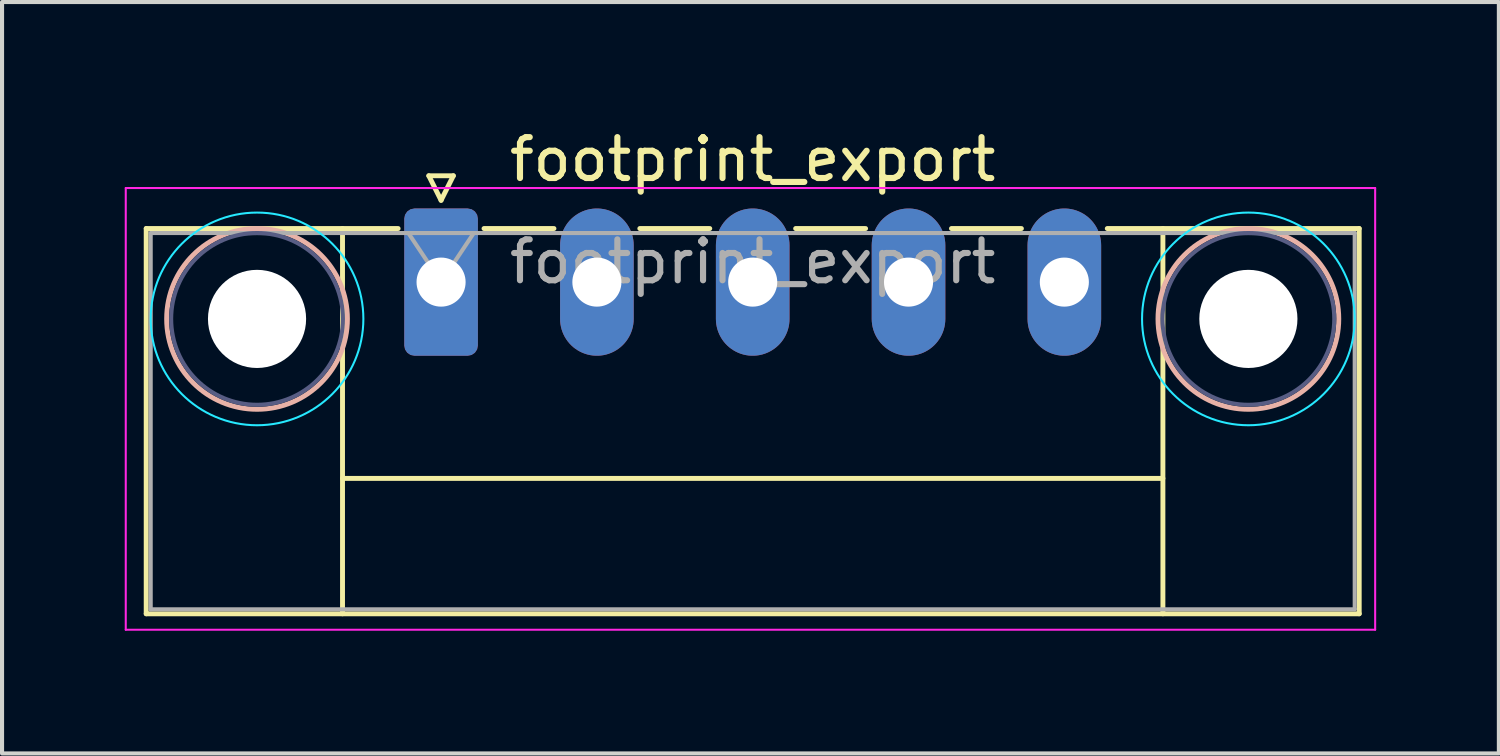
<source format=kicad_pcb>
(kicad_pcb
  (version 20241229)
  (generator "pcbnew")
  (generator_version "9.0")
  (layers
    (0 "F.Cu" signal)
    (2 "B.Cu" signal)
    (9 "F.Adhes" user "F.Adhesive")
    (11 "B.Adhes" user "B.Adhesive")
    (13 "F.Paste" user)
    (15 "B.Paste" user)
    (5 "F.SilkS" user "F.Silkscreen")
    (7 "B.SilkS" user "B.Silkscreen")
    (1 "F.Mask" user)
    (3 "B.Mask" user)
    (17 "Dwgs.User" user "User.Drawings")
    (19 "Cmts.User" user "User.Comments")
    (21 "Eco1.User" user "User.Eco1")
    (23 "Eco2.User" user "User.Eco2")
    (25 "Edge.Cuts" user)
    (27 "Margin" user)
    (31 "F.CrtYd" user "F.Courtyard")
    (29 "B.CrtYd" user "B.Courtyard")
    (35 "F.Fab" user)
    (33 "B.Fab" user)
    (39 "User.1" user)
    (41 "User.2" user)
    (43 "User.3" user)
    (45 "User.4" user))
  (footprint "footprint_export"
    (layer "F.Cu")
    (at 7.735 3.848)
    (property "Reference" "footprint_export" (at 7.62 -3 0) (layer "F.SilkS") (effects (font (size 1 1) (thickness 0.15))))
    (attr through_hole)
    (fp_line (start -7.21 -1.31) (end -7.21 8.11) (stroke (width 0.12) (type solid)) (layer "F.SilkS"))
    (fp_line (start -7.21 -1.31) (end -1.05 -1.31) (stroke (width 0.12) (type solid)) (layer "F.SilkS"))
    (fp_line (start -7.21 8.11) (end 22.45 8.11) (stroke (width 0.12) (type solid)) (layer "F.SilkS"))
    (fp_line (start -2.41 -1.31) (end -2.41 8.11) (stroke (width 0.12) (type solid)) (layer "F.SilkS"))
    (fp_line (start -2.41 4.8) (end 17.65 4.8) (stroke (width 0.12) (type solid)) (layer "F.SilkS"))
    (fp_line (start -0.3 -2.6) (end 0.3 -2.6) (stroke (width 0.12) (type solid)) (layer "F.SilkS"))
    (fp_line (start 0 -2) (end -0.3 -2.6) (stroke (width 0.12) (type solid)) (layer "F.SilkS"))
    (fp_line (start 0.3 -2.6) (end 0 -2) (stroke (width 0.12) (type solid)) (layer "F.SilkS"))
    (fp_line (start 1.05 -1.31) (end 2.76 -1.31) (stroke (width 0.12) (type solid)) (layer "F.SilkS"))
    (fp_line (start 4.86 -1.31) (end 6.57 -1.31) (stroke (width 0.12) (type solid)) (layer "F.SilkS"))
    (fp_line (start 8.67 -1.31) (end 10.38 -1.31) (stroke (width 0.12) (type solid)) (layer "F.SilkS"))
    (fp_line (start 12.48 -1.31) (end 14.19 -1.31) (stroke (width 0.12) (type solid)) (layer "F.SilkS"))
    (fp_line (start 17.65 -1.31) (end 17.65 8.11) (stroke (width 0.12) (type solid)) (layer "F.SilkS"))
    (fp_line (start 22.45 -1.31) (end 16.29 -1.31) (stroke (width 0.12) (type solid)) (layer "F.SilkS"))
    (fp_line (start 22.45 8.11) (end 22.45 -1.31) (stroke (width 0.12) (type solid)) (layer "F.SilkS"))
    (fp_circle (center -4.5 0.9) (end -2.29 0.9) (stroke (width 0.12) (type solid)) (fill no) (layer "B.SilkS"))
    (fp_circle (center 19.74 0.9) (end 21.95 0.9) (stroke (width 0.12) (type solid)) (fill no) (layer "B.SilkS"))
    (fp_circle (center -4.5 0.9) (end -1.9 0.9) (stroke (width 0.05) (type solid)) (fill no) (layer "B.CrtYd"))
    (fp_circle (center 19.74 0.9) (end 22.34 0.9) (stroke (width 0.05) (type solid)) (fill no) (layer "B.CrtYd"))
    (fp_line (start -7.71 -2.3) (end -7.71 8.5) (stroke (width 0.05) (type solid)) (layer "F.CrtYd"))
    (fp_line (start -7.71 8.5) (end 22.84 8.5) (stroke (width 0.05) (type solid)) (layer "F.CrtYd"))
    (fp_line (start 22.84 -2.3) (end -7.71 -2.3) (stroke (width 0.05) (type solid)) (layer "F.CrtYd"))
    (fp_line (start 22.84 8.5) (end 22.84 -2.3) (stroke (width 0.05) (type solid)) (layer "F.CrtYd"))
    (fp_circle (center -4.5 0.9) (end -2.4 0.9) (stroke (width 0.1) (type solid)) (fill no) (layer "B.Fab"))
    (fp_circle (center 19.74 0.9) (end 21.84 0.9) (stroke (width 0.1) (type solid)) (fill no) (layer "B.Fab"))
    (fp_line (start -7.1 -1.2) (end -7.1 8) (stroke (width 0.1) (type solid)) (layer "F.Fab"))
    (fp_line (start -7.1 8) (end 22.34 8) (stroke (width 0.1) (type solid)) (layer "F.Fab"))
    (fp_line (start 0 0) (end -0.8 -1.2) (stroke (width 0.1) (type solid)) (layer "F.Fab"))
    (fp_line (start 0.8 -1.2) (end 0 0) (stroke (width 0.1) (type solid)) (layer "F.Fab"))
    (fp_line (start 22.34 -1.2) (end -7.1 -1.2) (stroke (width 0.1) (type solid)) (layer "F.Fab"))
    (fp_line (start 22.34 8) (end 22.34 -1.2) (stroke (width 0.1) (type solid)) (layer "F.Fab"))
    (fp_text user "${REFERENCE}" (at 7.62 -0.5 0) (layer "F.Fab") (effects (font (size 1 1) (thickness 0.15))))
    (pad "" np_thru_hole circle (at -4.5 0.9) (size 2.4 2.4) (drill 2.4) (layers "*.Cu" "*.Mask"))
    (pad "" np_thru_hole circle (at 19.74 0.9) (size 2.4 2.4) (drill 2.4) (layers "*.Cu" "*.Mask"))
    (pad "1" thru_hole roundrect (at 0 0) (size 1.8 3.6) (drill 1.2) (layers "*.Cu" "*.Mask") (roundrect_rratio 0.139))
    (pad "2" thru_hole oval (at 3.81 0) (size 1.8 3.6) (drill 1.2) (layers "*.Cu" "*.Mask"))
    (pad "3" thru_hole oval (at 7.62 0) (size 1.8 3.6) (drill 1.2) (layers "*.Cu" "*.Mask"))
    (pad "4" thru_hole oval (at 11.43 0) (size 1.8 3.6) (drill 1.2) (layers "*.Cu" "*.Mask"))
    (pad "5" thru_hole oval (at 15.24 0) (size 1.8 3.6) (drill 1.2) (layers "*.Cu" "*.Mask")))
  (gr_rect
    (start -3 -3)
    (end 33.6 15.373)
    (stroke (width 0.1) (type default))
    (fill no)
    (layer "Edge.Cuts")))
</source>
